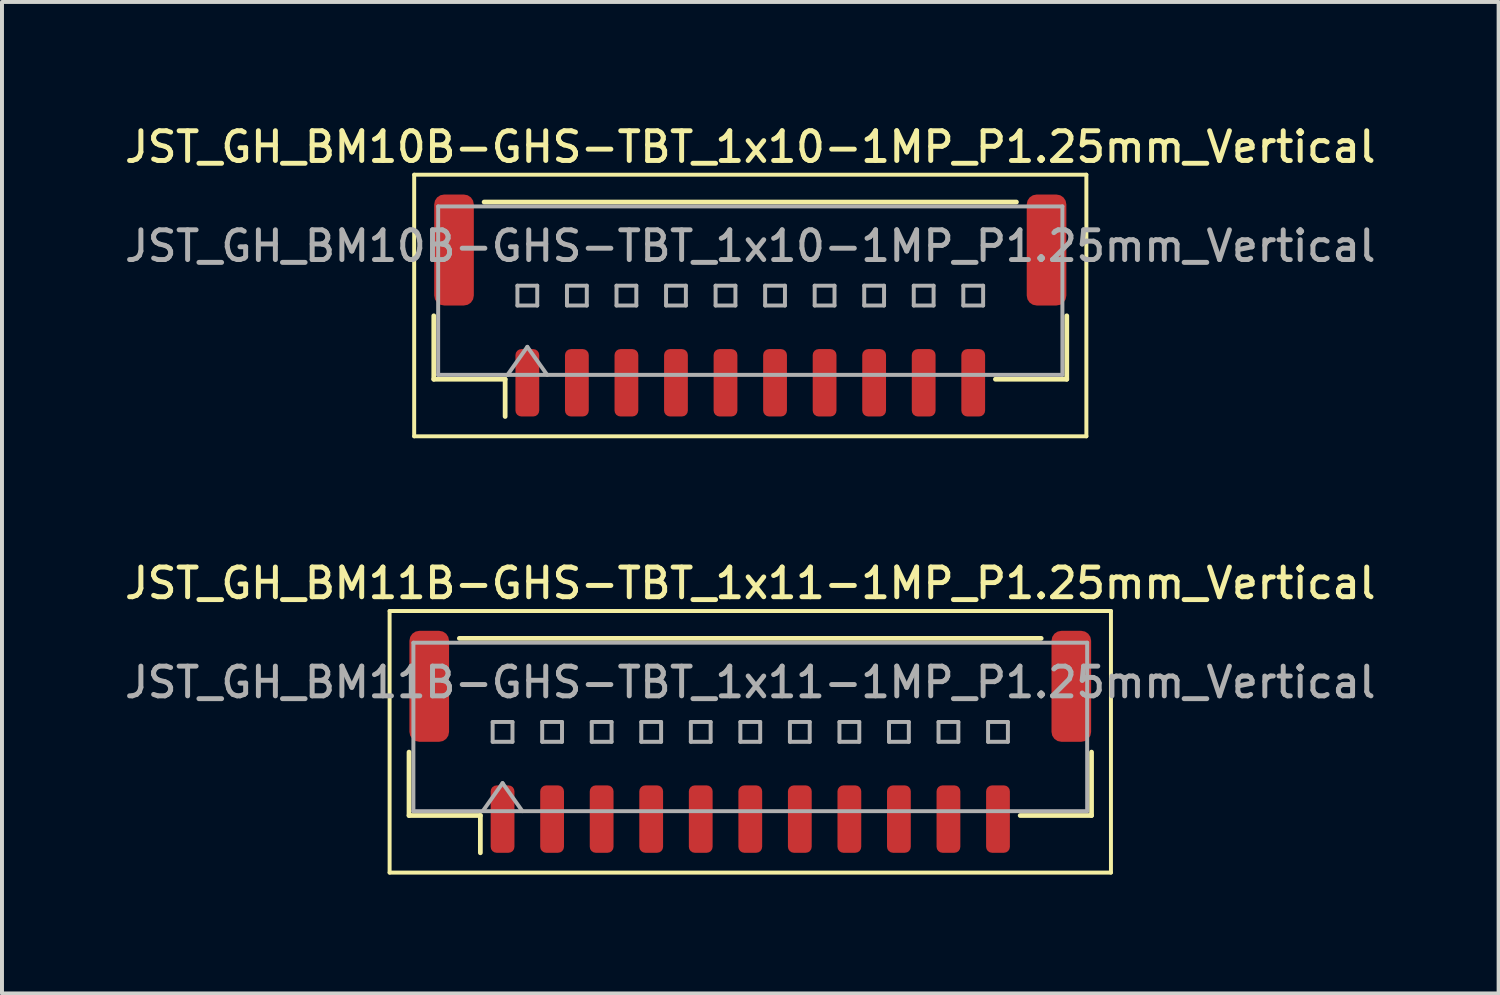
<source format=kicad_pcb>
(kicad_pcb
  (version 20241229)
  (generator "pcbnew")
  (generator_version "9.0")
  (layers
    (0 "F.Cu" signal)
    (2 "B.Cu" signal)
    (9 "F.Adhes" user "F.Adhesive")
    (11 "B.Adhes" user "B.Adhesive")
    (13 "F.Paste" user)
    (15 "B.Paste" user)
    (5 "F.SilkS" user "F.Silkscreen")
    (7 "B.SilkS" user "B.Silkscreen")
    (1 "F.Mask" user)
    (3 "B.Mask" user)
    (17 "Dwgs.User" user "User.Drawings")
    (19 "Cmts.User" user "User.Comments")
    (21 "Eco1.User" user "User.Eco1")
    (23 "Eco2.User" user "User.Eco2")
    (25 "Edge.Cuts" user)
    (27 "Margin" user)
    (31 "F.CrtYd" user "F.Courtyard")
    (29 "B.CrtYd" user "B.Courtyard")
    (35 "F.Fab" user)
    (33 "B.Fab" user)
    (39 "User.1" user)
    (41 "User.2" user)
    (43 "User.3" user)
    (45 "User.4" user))
  (footprint "JST_GH_BM10B-GHS-TBT_1x10-1MP_P1.25mm_Vertical"
    (layer "F.Cu")
    (at 15.88 4.658)
    (property "Reference" "JST_GH_BM10B-GHS-TBT_1x10-1MP_P1.25mm_Vertical" (at 0 -4 0) (layer "F.SilkS") (effects (font (size 0.75 0.75) (thickness 0.125))))
    (attr smd)
    (fp_line (start -8.48 -3.3) (end -8.48 3.3) (stroke (width 0.1) (type solid)) (layer "F.SilkS"))
    (fp_line (start -8.48 3.3) (end 8.48 3.3) (stroke (width 0.1) (type solid)) (layer "F.SilkS"))
    (fp_line (start -7.985 0.26) (end -7.985 1.86) (stroke (width 0.12) (type solid)) (layer "F.SilkS"))
    (fp_line (start -7.985 1.86) (end -6.185 1.86) (stroke (width 0.12) (type solid)) (layer "F.SilkS"))
    (fp_line (start -6.715 -2.61) (end 6.715 -2.61) (stroke (width 0.12) (type solid)) (layer "F.SilkS"))
    (fp_line (start -6.185 1.86) (end -6.185 2.8) (stroke (width 0.12) (type solid)) (layer "F.SilkS"))
    (fp_line (start 7.985 0.26) (end 7.985 1.86) (stroke (width 0.12) (type solid)) (layer "F.SilkS"))
    (fp_line (start 7.985 1.86) (end 6.185 1.86) (stroke (width 0.12) (type solid)) (layer "F.SilkS"))
    (fp_line (start 8.48 -3.3) (end -8.48 -3.3) (stroke (width 0.1) (type solid)) (layer "F.SilkS"))
    (fp_line (start 8.48 3.3) (end 8.48 -3.3) (stroke (width 0.1) (type solid)) (layer "F.SilkS"))
    (fp_line (start -7.875 -2.5) (end 7.875 -2.5) (stroke (width 0.1) (type solid)) (layer "F.Fab"))
    (fp_line (start -7.875 1.75) (end -7.875 -2.5) (stroke (width 0.1) (type solid)) (layer "F.Fab"))
    (fp_line (start -7.875 1.75) (end 7.875 1.75) (stroke (width 0.1) (type solid)) (layer "F.Fab"))
    (fp_line (start -6.125 1.75) (end -5.625 1.043) (stroke (width 0.1) (type solid)) (layer "F.Fab"))
    (fp_line (start -5.875 -0.5) (end -5.875 0) (stroke (width 0.1) (type solid)) (layer "F.Fab"))
    (fp_line (start -5.875 0) (end -5.375 0) (stroke (width 0.1) (type solid)) (layer "F.Fab"))
    (fp_line (start -5.625 1.043) (end -5.125 1.75) (stroke (width 0.1) (type solid)) (layer "F.Fab"))
    (fp_line (start -5.375 -0.5) (end -5.875 -0.5) (stroke (width 0.1) (type solid)) (layer "F.Fab"))
    (fp_line (start -5.375 0) (end -5.375 -0.5) (stroke (width 0.1) (type solid)) (layer "F.Fab"))
    (fp_line (start -4.625 -0.5) (end -4.625 0) (stroke (width 0.1) (type solid)) (layer "F.Fab"))
    (fp_line (start -4.625 0) (end -4.125 0) (stroke (width 0.1) (type solid)) (layer "F.Fab"))
    (fp_line (start -4.125 -0.5) (end -4.625 -0.5) (stroke (width 0.1) (type solid)) (layer "F.Fab"))
    (fp_line (start -4.125 0) (end -4.125 -0.5) (stroke (width 0.1) (type solid)) (layer "F.Fab"))
    (fp_line (start -3.375 -0.5) (end -3.375 0) (stroke (width 0.1) (type solid)) (layer "F.Fab"))
    (fp_line (start -3.375 0) (end -2.875 0) (stroke (width 0.1) (type solid)) (layer "F.Fab"))
    (fp_line (start -2.875 -0.5) (end -3.375 -0.5) (stroke (width 0.1) (type solid)) (layer "F.Fab"))
    (fp_line (start -2.875 0) (end -2.875 -0.5) (stroke (width 0.1) (type solid)) (layer "F.Fab"))
    (fp_line (start -2.125 -0.5) (end -2.125 0) (stroke (width 0.1) (type solid)) (layer "F.Fab"))
    (fp_line (start -2.125 0) (end -1.625 0) (stroke (width 0.1) (type solid)) (layer "F.Fab"))
    (fp_line (start -1.625 -0.5) (end -2.125 -0.5) (stroke (width 0.1) (type solid)) (layer "F.Fab"))
    (fp_line (start -1.625 0) (end -1.625 -0.5) (stroke (width 0.1) (type solid)) (layer "F.Fab"))
    (fp_line (start -0.875 -0.5) (end -0.875 0) (stroke (width 0.1) (type solid)) (layer "F.Fab"))
    (fp_line (start -0.875 0) (end -0.375 0) (stroke (width 0.1) (type solid)) (layer "F.Fab"))
    (fp_line (start -0.375 -0.5) (end -0.875 -0.5) (stroke (width 0.1) (type solid)) (layer "F.Fab"))
    (fp_line (start -0.375 0) (end -0.375 -0.5) (stroke (width 0.1) (type solid)) (layer "F.Fab"))
    (fp_line (start 0.375 -0.5) (end 0.375 0) (stroke (width 0.1) (type solid)) (layer "F.Fab"))
    (fp_line (start 0.375 0) (end 0.875 0) (stroke (width 0.1) (type solid)) (layer "F.Fab"))
    (fp_line (start 0.875 -0.5) (end 0.375 -0.5) (stroke (width 0.1) (type solid)) (layer "F.Fab"))
    (fp_line (start 0.875 0) (end 0.875 -0.5) (stroke (width 0.1) (type solid)) (layer "F.Fab"))
    (fp_line (start 1.625 -0.5) (end 1.625 0) (stroke (width 0.1) (type solid)) (layer "F.Fab"))
    (fp_line (start 1.625 0) (end 2.125 0) (stroke (width 0.1) (type solid)) (layer "F.Fab"))
    (fp_line (start 2.125 -0.5) (end 1.625 -0.5) (stroke (width 0.1) (type solid)) (layer "F.Fab"))
    (fp_line (start 2.125 0) (end 2.125 -0.5) (stroke (width 0.1) (type solid)) (layer "F.Fab"))
    (fp_line (start 2.875 -0.5) (end 2.875 0) (stroke (width 0.1) (type solid)) (layer "F.Fab"))
    (fp_line (start 2.875 0) (end 3.375 0) (stroke (width 0.1) (type solid)) (layer "F.Fab"))
    (fp_line (start 3.375 -0.5) (end 2.875 -0.5) (stroke (width 0.1) (type solid)) (layer "F.Fab"))
    (fp_line (start 3.375 0) (end 3.375 -0.5) (stroke (width 0.1) (type solid)) (layer "F.Fab"))
    (fp_line (start 4.125 -0.5) (end 4.125 0) (stroke (width 0.1) (type solid)) (layer "F.Fab"))
    (fp_line (start 4.125 0) (end 4.625 0) (stroke (width 0.1) (type solid)) (layer "F.Fab"))
    (fp_line (start 4.625 -0.5) (end 4.125 -0.5) (stroke (width 0.1) (type solid)) (layer "F.Fab"))
    (fp_line (start 4.625 0) (end 4.625 -0.5) (stroke (width 0.1) (type solid)) (layer "F.Fab"))
    (fp_line (start 5.375 -0.5) (end 5.375 0) (stroke (width 0.1) (type solid)) (layer "F.Fab"))
    (fp_line (start 5.375 0) (end 5.875 0) (stroke (width 0.1) (type solid)) (layer "F.Fab"))
    (fp_line (start 5.875 -0.5) (end 5.375 -0.5) (stroke (width 0.1) (type solid)) (layer "F.Fab"))
    (fp_line (start 5.875 0) (end 5.875 -0.5) (stroke (width 0.1) (type solid)) (layer "F.Fab"))
    (fp_line (start 7.875 1.75) (end 7.875 -2.5) (stroke (width 0.1) (type solid)) (layer "F.Fab"))
    (fp_text user "${REFERENCE}" (at 0 -1.5 0) (layer "F.Fab") (effects (font (size 0.75 0.75) (thickness 0.125))))
    (pad "1" smd roundrect (at -5.625 1.95) (size 0.6 1.7) (layers "F.Cu" "F.Mask" "F.Paste") (roundrect_rratio 0.25))
    (pad "2" smd roundrect (at -4.375 1.95) (size 0.6 1.7) (layers "F.Cu" "F.Mask" "F.Paste") (roundrect_rratio 0.25))
    (pad "3" smd roundrect (at -3.125 1.95) (size 0.6 1.7) (layers "F.Cu" "F.Mask" "F.Paste") (roundrect_rratio 0.25))
    (pad "4" smd roundrect (at -1.875 1.95) (size 0.6 1.7) (layers "F.Cu" "F.Mask" "F.Paste") (roundrect_rratio 0.25))
    (pad "5" smd roundrect (at -0.625 1.95) (size 0.6 1.7) (layers "F.Cu" "F.Mask" "F.Paste") (roundrect_rratio 0.25))
    (pad "6" smd roundrect (at 0.625 1.95) (size 0.6 1.7) (layers "F.Cu" "F.Mask" "F.Paste") (roundrect_rratio 0.25))
    (pad "7" smd roundrect (at 1.875 1.95) (size 0.6 1.7) (layers "F.Cu" "F.Mask" "F.Paste") (roundrect_rratio 0.25))
    (pad "8" smd roundrect (at 3.125 1.95) (size 0.6 1.7) (layers "F.Cu" "F.Mask" "F.Paste") (roundrect_rratio 0.25))
    (pad "9" smd roundrect (at 4.375 1.95) (size 0.6 1.7) (layers "F.Cu" "F.Mask" "F.Paste") (roundrect_rratio 0.25))
    (pad "10" smd roundrect (at 5.625 1.95) (size 0.6 1.7) (layers "F.Cu" "F.Mask" "F.Paste") (roundrect_rratio 0.25))
    (pad "MP" smd roundrect (at -7.475 -1.4) (size 1 2.8) (layers "F.Cu" "F.Mask" "F.Paste") (roundrect_rratio 0.25))
    (pad "MP" smd roundrect (at 7.475 -1.4) (size 1 2.8) (layers "F.Cu" "F.Mask" "F.Paste") (roundrect_rratio 0.25)))
  (footprint "JST_GH_BM11B-GHS-TBT_1x11-1MP_P1.25mm_Vertical"
    (layer "F.Cu")
    (at 15.88 15.666)
    (property "Reference" "JST_GH_BM11B-GHS-TBT_1x11-1MP_P1.25mm_Vertical" (at 0 -4 0) (layer "F.SilkS") (effects (font (size 0.75 0.75) (thickness 0.125))))
    (attr smd)
    (fp_line (start -9.1 -3.3) (end -9.1 3.3) (stroke (width 0.1) (type solid)) (layer "F.SilkS"))
    (fp_line (start -9.1 3.3) (end 9.1 3.3) (stroke (width 0.1) (type solid)) (layer "F.SilkS"))
    (fp_line (start -8.61 0.26) (end -8.61 1.86) (stroke (width 0.12) (type solid)) (layer "F.SilkS"))
    (fp_line (start -8.61 1.86) (end -6.81 1.86) (stroke (width 0.12) (type solid)) (layer "F.SilkS"))
    (fp_line (start -7.34 -2.61) (end 7.34 -2.61) (stroke (width 0.12) (type solid)) (layer "F.SilkS"))
    (fp_line (start -6.81 1.86) (end -6.81 2.8) (stroke (width 0.12) (type solid)) (layer "F.SilkS"))
    (fp_line (start 8.61 0.26) (end 8.61 1.86) (stroke (width 0.12) (type solid)) (layer "F.SilkS"))
    (fp_line (start 8.61 1.86) (end 6.81 1.86) (stroke (width 0.12) (type solid)) (layer "F.SilkS"))
    (fp_line (start 9.1 -3.3) (end -9.1 -3.3) (stroke (width 0.1) (type solid)) (layer "F.SilkS"))
    (fp_line (start 9.1 3.3) (end 9.1 -3.3) (stroke (width 0.1) (type solid)) (layer "F.SilkS"))
    (fp_line (start -8.5 -2.5) (end 8.5 -2.5) (stroke (width 0.1) (type solid)) (layer "F.Fab"))
    (fp_line (start -8.5 1.75) (end -8.5 -2.5) (stroke (width 0.1) (type solid)) (layer "F.Fab"))
    (fp_line (start -8.5 1.75) (end 8.5 1.75) (stroke (width 0.1) (type solid)) (layer "F.Fab"))
    (fp_line (start -6.75 1.75) (end -6.25 1.043) (stroke (width 0.1) (type solid)) (layer "F.Fab"))
    (fp_line (start -6.5 -0.5) (end -6.5 0) (stroke (width 0.1) (type solid)) (layer "F.Fab"))
    (fp_line (start -6.5 0) (end -6 0) (stroke (width 0.1) (type solid)) (layer "F.Fab"))
    (fp_line (start -6.25 1.043) (end -5.75 1.75) (stroke (width 0.1) (type solid)) (layer "F.Fab"))
    (fp_line (start -6 -0.5) (end -6.5 -0.5) (stroke (width 0.1) (type solid)) (layer "F.Fab"))
    (fp_line (start -6 0) (end -6 -0.5) (stroke (width 0.1) (type solid)) (layer "F.Fab"))
    (fp_line (start -5.25 -0.5) (end -5.25 0) (stroke (width 0.1) (type solid)) (layer "F.Fab"))
    (fp_line (start -5.25 0) (end -4.75 0) (stroke (width 0.1) (type solid)) (layer "F.Fab"))
    (fp_line (start -4.75 -0.5) (end -5.25 -0.5) (stroke (width 0.1) (type solid)) (layer "F.Fab"))
    (fp_line (start -4.75 0) (end -4.75 -0.5) (stroke (width 0.1) (type solid)) (layer "F.Fab"))
    (fp_line (start -4 -0.5) (end -4 0) (stroke (width 0.1) (type solid)) (layer "F.Fab"))
    (fp_line (start -4 0) (end -3.5 0) (stroke (width 0.1) (type solid)) (layer "F.Fab"))
    (fp_line (start -3.5 -0.5) (end -4 -0.5) (stroke (width 0.1) (type solid)) (layer "F.Fab"))
    (fp_line (start -3.5 0) (end -3.5 -0.5) (stroke (width 0.1) (type solid)) (layer "F.Fab"))
    (fp_line (start -2.75 -0.5) (end -2.75 0) (stroke (width 0.1) (type solid)) (layer "F.Fab"))
    (fp_line (start -2.75 0) (end -2.25 0) (stroke (width 0.1) (type solid)) (layer "F.Fab"))
    (fp_line (start -2.25 -0.5) (end -2.75 -0.5) (stroke (width 0.1) (type solid)) (layer "F.Fab"))
    (fp_line (start -2.25 0) (end -2.25 -0.5) (stroke (width 0.1) (type solid)) (layer "F.Fab"))
    (fp_line (start -1.5 -0.5) (end -1.5 0) (stroke (width 0.1) (type solid)) (layer "F.Fab"))
    (fp_line (start -1.5 0) (end -1 0) (stroke (width 0.1) (type solid)) (layer "F.Fab"))
    (fp_line (start -1 -0.5) (end -1.5 -0.5) (stroke (width 0.1) (type solid)) (layer "F.Fab"))
    (fp_line (start -1 0) (end -1 -0.5) (stroke (width 0.1) (type solid)) (layer "F.Fab"))
    (fp_line (start -0.25 -0.5) (end -0.25 0) (stroke (width 0.1) (type solid)) (layer "F.Fab"))
    (fp_line (start -0.25 0) (end 0.25 0) (stroke (width 0.1) (type solid)) (layer "F.Fab"))
    (fp_line (start 0.25 -0.5) (end -0.25 -0.5) (stroke (width 0.1) (type solid)) (layer "F.Fab"))
    (fp_line (start 0.25 0) (end 0.25 -0.5) (stroke (width 0.1) (type solid)) (layer "F.Fab"))
    (fp_line (start 1 -0.5) (end 1 0) (stroke (width 0.1) (type solid)) (layer "F.Fab"))
    (fp_line (start 1 0) (end 1.5 0) (stroke (width 0.1) (type solid)) (layer "F.Fab"))
    (fp_line (start 1.5 -0.5) (end 1 -0.5) (stroke (width 0.1) (type solid)) (layer "F.Fab"))
    (fp_line (start 1.5 0) (end 1.5 -0.5) (stroke (width 0.1) (type solid)) (layer "F.Fab"))
    (fp_line (start 2.25 -0.5) (end 2.25 0) (stroke (width 0.1) (type solid)) (layer "F.Fab"))
    (fp_line (start 2.25 0) (end 2.75 0) (stroke (width 0.1) (type solid)) (layer "F.Fab"))
    (fp_line (start 2.75 -0.5) (end 2.25 -0.5) (stroke (width 0.1) (type solid)) (layer "F.Fab"))
    (fp_line (start 2.75 0) (end 2.75 -0.5) (stroke (width 0.1) (type solid)) (layer "F.Fab"))
    (fp_line (start 3.5 -0.5) (end 3.5 0) (stroke (width 0.1) (type solid)) (layer "F.Fab"))
    (fp_line (start 3.5 0) (end 4 0) (stroke (width 0.1) (type solid)) (layer "F.Fab"))
    (fp_line (start 4 -0.5) (end 3.5 -0.5) (stroke (width 0.1) (type solid)) (layer "F.Fab"))
    (fp_line (start 4 0) (end 4 -0.5) (stroke (width 0.1) (type solid)) (layer "F.Fab"))
    (fp_line (start 4.75 -0.5) (end 4.75 0) (stroke (width 0.1) (type solid)) (layer "F.Fab"))
    (fp_line (start 4.75 0) (end 5.25 0) (stroke (width 0.1) (type solid)) (layer "F.Fab"))
    (fp_line (start 5.25 -0.5) (end 4.75 -0.5) (stroke (width 0.1) (type solid)) (layer "F.Fab"))
    (fp_line (start 5.25 0) (end 5.25 -0.5) (stroke (width 0.1) (type solid)) (layer "F.Fab"))
    (fp_line (start 6 -0.5) (end 6 0) (stroke (width 0.1) (type solid)) (layer "F.Fab"))
    (fp_line (start 6 0) (end 6.5 0) (stroke (width 0.1) (type solid)) (layer "F.Fab"))
    (fp_line (start 6.5 -0.5) (end 6 -0.5) (stroke (width 0.1) (type solid)) (layer "F.Fab"))
    (fp_line (start 6.5 0) (end 6.5 -0.5) (stroke (width 0.1) (type solid)) (layer "F.Fab"))
    (fp_line (start 8.5 1.75) (end 8.5 -2.5) (stroke (width 0.1) (type solid)) (layer "F.Fab"))
    (fp_text user "${REFERENCE}" (at 0 -1.5 0) (layer "F.Fab") (effects (font (size 0.75 0.75) (thickness 0.125))))
    (pad "1" smd roundrect (at -6.25 1.95) (size 0.6 1.7) (layers "F.Cu" "F.Mask" "F.Paste") (roundrect_rratio 0.25))
    (pad "2" smd roundrect (at -5 1.95) (size 0.6 1.7) (layers "F.Cu" "F.Mask" "F.Paste") (roundrect_rratio 0.25))
    (pad "3" smd roundrect (at -3.75 1.95) (size 0.6 1.7) (layers "F.Cu" "F.Mask" "F.Paste") (roundrect_rratio 0.25))
    (pad "4" smd roundrect (at -2.5 1.95) (size 0.6 1.7) (layers "F.Cu" "F.Mask" "F.Paste") (roundrect_rratio 0.25))
    (pad "5" smd roundrect (at -1.25 1.95) (size 0.6 1.7) (layers "F.Cu" "F.Mask" "F.Paste") (roundrect_rratio 0.25))
    (pad "6" smd roundrect (at 0 1.95) (size 0.6 1.7) (layers "F.Cu" "F.Mask" "F.Paste") (roundrect_rratio 0.25))
    (pad "7" smd roundrect (at 1.25 1.95) (size 0.6 1.7) (layers "F.Cu" "F.Mask" "F.Paste") (roundrect_rratio 0.25))
    (pad "8" smd roundrect (at 2.5 1.95) (size 0.6 1.7) (layers "F.Cu" "F.Mask" "F.Paste") (roundrect_rratio 0.25))
    (pad "9" smd roundrect (at 3.75 1.95) (size 0.6 1.7) (layers "F.Cu" "F.Mask" "F.Paste") (roundrect_rratio 0.25))
    (pad "10" smd roundrect (at 5 1.95) (size 0.6 1.7) (layers "F.Cu" "F.Mask" "F.Paste") (roundrect_rratio 0.25))
    (pad "11" smd roundrect (at 6.25 1.95) (size 0.6 1.7) (layers "F.Cu" "F.Mask" "F.Paste") (roundrect_rratio 0.25))
    (pad "MP" smd roundrect (at -8.1 -1.4) (size 1 2.8) (layers "F.Cu" "F.Mask" "F.Paste") (roundrect_rratio 0.25))
    (pad "MP" smd roundrect (at 8.1 -1.4) (size 1 2.8) (layers "F.Cu" "F.Mask" "F.Paste") (roundrect_rratio 0.25)))
  (gr_rect
    (start -3 -3)
    (end 34.761 22.016)
    (stroke (width 0.1) (type default))
    (fill no)
    (layer "Edge.Cuts")))
</source>
